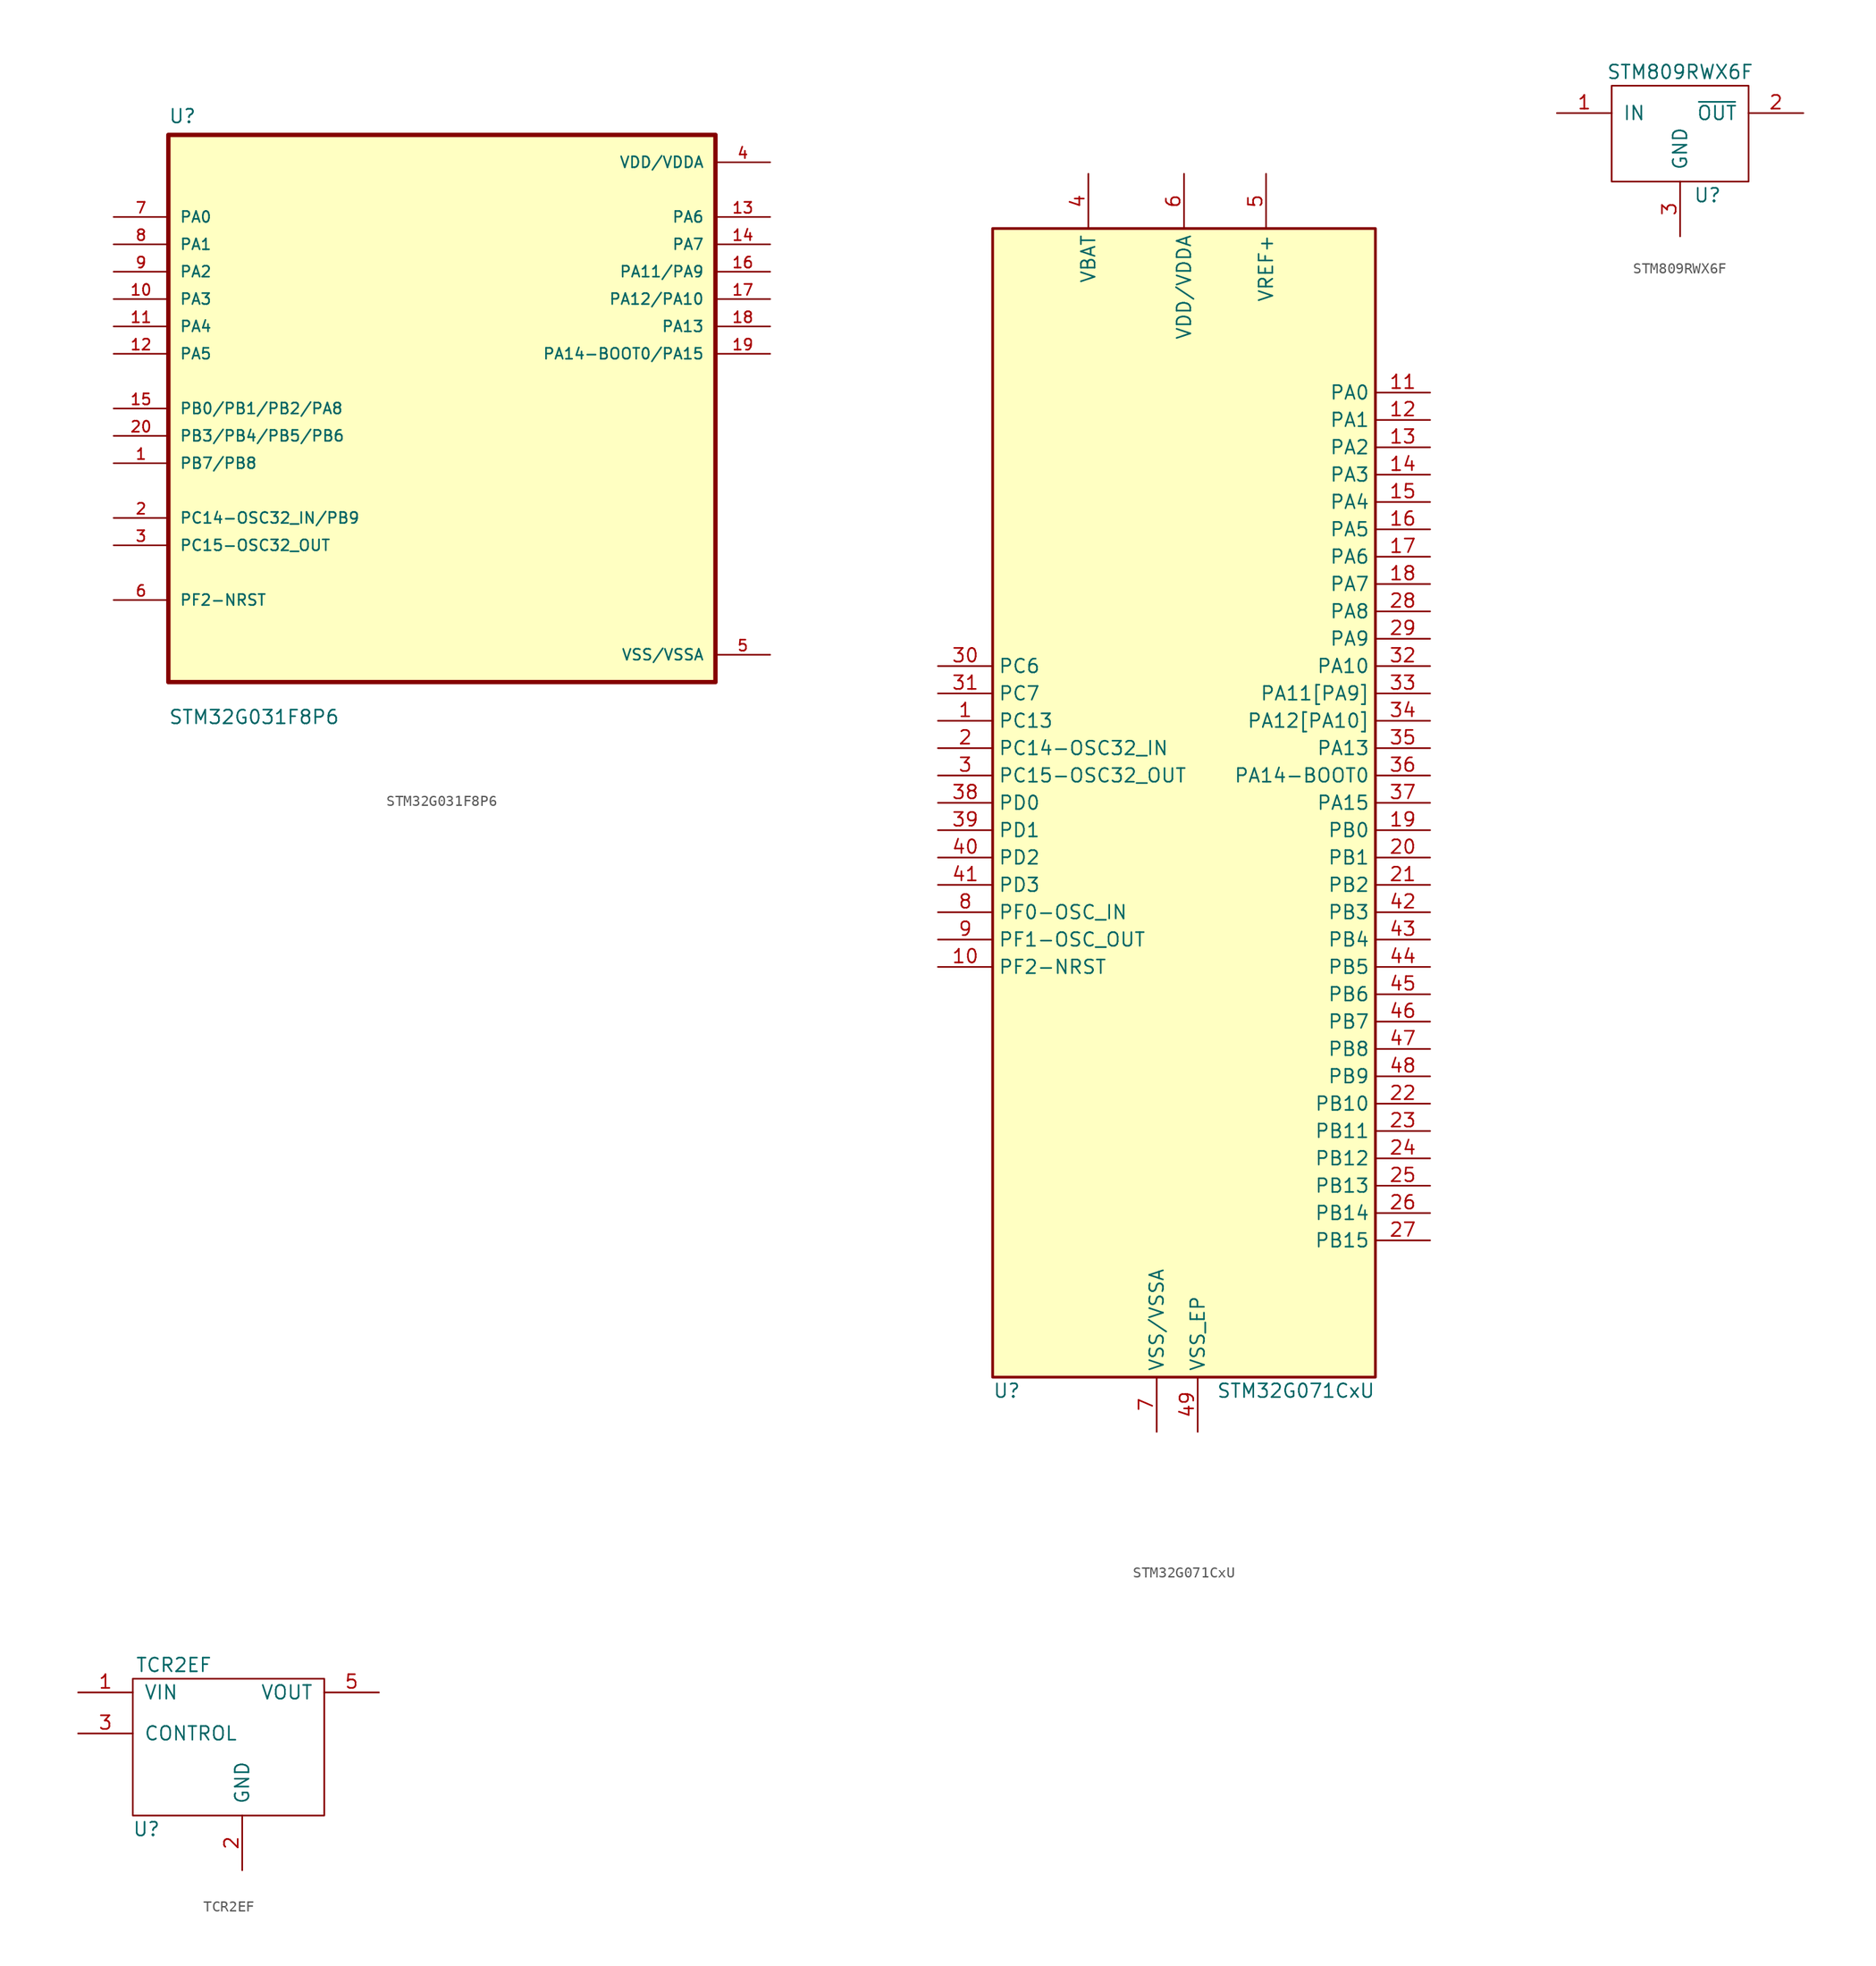
<source format=kicad_sym>
(kicad_symbol_lib
  (version 20231120)
  (generator "kicad_symbol_editor")
  (generator_version "8.0")
  (symbol "STM32G031F8P6"
    (pin_names
      (offset 1.016))
    (property "Reference" "U"
      (at -25.4 26.391 0)
      (effects (font (size 1.27 1.27)) (justify left bottom)))
    (property "Value" "STM32G031F8P6"
      (at -25.4 -29.388 0)
      (effects (font (size 1.27 1.27)) (justify left bottom)))
    (symbol "STM32G031F8P6_0_0"
      (rectangle (start -25.4 -25.4) (end 25.4 25.4) (stroke (width 0.406) (type default)) (fill (type background)))
      (pin bidirectional line (at -30.48 -5.08 0) (length 5.08) (name "PB7/PB8" (effects (font (size 1.016 1.016)))) (number "1" (effects (font (size 1.016 1.016)))))
      (pin bidirectional line (at -30.48 10.16 0) (length 5.08) (name "PA3" (effects (font (size 1.016 1.016)))) (number "10" (effects (font (size 1.016 1.016)))))
      (pin bidirectional line (at -30.48 7.62 0) (length 5.08) (name "PA4" (effects (font (size 1.016 1.016)))) (number "11" (effects (font (size 1.016 1.016)))))
      (pin bidirectional line (at -30.48 5.08 0) (length 5.08) (name "PA5" (effects (font (size 1.016 1.016)))) (number "12" (effects (font (size 1.016 1.016)))))
      (pin bidirectional line (at 30.48 17.78 180) (length 5.08) (name "PA6" (effects (font (size 1.016 1.016)))) (number "13" (effects (font (size 1.016 1.016)))))
      (pin bidirectional line (at 30.48 15.24 180) (length 5.08) (name "PA7" (effects (font (size 1.016 1.016)))) (number "14" (effects (font (size 1.016 1.016)))))
      (pin bidirectional line (at -30.48 0 0) (length 5.08) (name "PB0/PB1/PB2/PA8" (effects (font (size 1.016 1.016)))) (number "15" (effects (font (size 1.016 1.016)))))
      (pin bidirectional line (at 30.48 12.7 180) (length 5.08) (name "PA11/PA9" (effects (font (size 1.016 1.016)))) (number "16" (effects (font (size 1.016 1.016)))))
      (pin bidirectional line (at 30.48 10.16 180) (length 5.08) (name "PA12/PA10" (effects (font (size 1.016 1.016)))) (number "17" (effects (font (size 1.016 1.016)))))
      (pin bidirectional line (at 30.48 7.62 180) (length 5.08) (name "PA13" (effects (font (size 1.016 1.016)))) (number "18" (effects (font (size 1.016 1.016)))))
      (pin bidirectional line (at 30.48 5.08 180) (length 5.08) (name "PA14-BOOT0/PA15" (effects (font (size 1.016 1.016)))) (number "19" (effects (font (size 1.016 1.016)))))
      (pin bidirectional line (at -30.48 -10.16 0) (length 5.08) (name "PC14-OSC32_IN/PB9" (effects (font (size 1.016 1.016)))) (number "2" (effects (font (size 1.016 1.016)))))
      (pin bidirectional line (at -30.48 -2.54 0) (length 5.08) (name "PB3/PB4/PB5/PB6" (effects (font (size 1.016 1.016)))) (number "20" (effects (font (size 1.016 1.016)))))
      (pin bidirectional line (at -30.48 -12.7 0) (length 5.08) (name "PC15-OSC32_OUT" (effects (font (size 1.016 1.016)))) (number "3" (effects (font (size 1.016 1.016)))))
      (pin power_in line (at 30.48 22.86 180) (length 5.08) (name "VDD/VDDA" (effects (font (size 1.016 1.016)))) (number "4" (effects (font (size 1.016 1.016)))))
      (pin power_in line (at 30.48 -22.86 180) (length 5.08) (name "VSS/VSSA" (effects (font (size 1.016 1.016)))) (number "5" (effects (font (size 1.016 1.016)))))
      (pin bidirectional line (at -30.48 -17.78 0) (length 5.08) (name "PF2-NRST" (effects (font (size 1.016 1.016)))) (number "6" (effects (font (size 1.016 1.016)))))
      (pin bidirectional line (at -30.48 17.78 0) (length 5.08) (name "PA0" (effects (font (size 1.016 1.016)))) (number "7" (effects (font (size 1.016 1.016)))))
      (pin bidirectional line (at -30.48 15.24 0) (length 5.08) (name "PA1" (effects (font (size 1.016 1.016)))) (number "8" (effects (font (size 1.016 1.016)))))
      (pin bidirectional line (at -30.48 12.7 0) (length 5.08) (name "PA2" (effects (font (size 1.016 1.016)))) (number "9" (effects (font (size 1.016 1.016)))))))
  (symbol "STM32G071CxU"
    (property "Reference" "U"
      (at -17.78 -54.61 0)
      (effects (font (size 1.27 1.27)) (justify left)))
    (property "Value" "STM32G071CxU"
      (at 17.78 -54.61 0)
      (effects (font (size 1.27 1.27)) (justify right)))
    (symbol "STM32G071CxU_0_0"
      (rectangle (start -17.78 53.34) (end 17.78 -53.34) (stroke (width 0.254) (type default)) (fill (type background))))
    (symbol "STM32G071CxU_1_1"
      (pin bidirectional line (at -22.86 7.62 0) (length 5.08) (name "PC13" (effects (font (size 1.27 1.27)))) (number "1" (effects (font (size 1.27 1.27)))))
      (pin bidirectional line (at -22.86 -15.24 0) (length 5.08) (name "PF2-NRST" (effects (font (size 1.27 1.27)))) (number "10" (effects (font (size 1.27 1.27)))))
      (pin bidirectional line (at 22.86 38.1 180) (length 5.08) (name "PA0" (effects (font (size 1.27 1.27)))) (number "11" (effects (font (size 1.27 1.27)))))
      (pin bidirectional line (at 22.86 35.56 180) (length 5.08) (name "PA1" (effects (font (size 1.27 1.27)))) (number "12" (effects (font (size 1.27 1.27)))))
      (pin bidirectional line (at 22.86 33.02 180) (length 5.08) (name "PA2" (effects (font (size 1.27 1.27)))) (number "13" (effects (font (size 1.27 1.27)))))
      (pin bidirectional line (at 22.86 30.48 180) (length 5.08) (name "PA3" (effects (font (size 1.27 1.27)))) (number "14" (effects (font (size 1.27 1.27)))))
      (pin bidirectional line (at 22.86 27.94 180) (length 5.08) (name "PA4" (effects (font (size 1.27 1.27)))) (number "15" (effects (font (size 1.27 1.27)))))
      (pin bidirectional line (at 22.86 25.4 180) (length 5.08) (name "PA5" (effects (font (size 1.27 1.27)))) (number "16" (effects (font (size 1.27 1.27)))))
      (pin bidirectional line (at 22.86 22.86 180) (length 5.08) (name "PA6" (effects (font (size 1.27 1.27)))) (number "17" (effects (font (size 1.27 1.27)))))
      (pin bidirectional line (at 22.86 20.32 180) (length 5.08) (name "PA7" (effects (font (size 1.27 1.27)))) (number "18" (effects (font (size 1.27 1.27)))))
      (pin bidirectional line (at 22.86 -2.54 180) (length 5.08) (name "PB0" (effects (font (size 1.27 1.27)))) (number "19" (effects (font (size 1.27 1.27)))))
      (pin bidirectional line (at -22.86 5.08 0) (length 5.08) (name "PC14-OSC32_IN" (effects (font (size 1.27 1.27)))) (number "2" (effects (font (size 1.27 1.27)))))
      (pin bidirectional line (at 22.86 -5.08 180) (length 5.08) (name "PB1" (effects (font (size 1.27 1.27)))) (number "20" (effects (font (size 1.27 1.27)))))
      (pin bidirectional line (at 22.86 -7.62 180) (length 5.08) (name "PB2" (effects (font (size 1.27 1.27)))) (number "21" (effects (font (size 1.27 1.27)))))
      (pin bidirectional line (at 22.86 -27.94 180) (length 5.08) (name "PB10" (effects (font (size 1.27 1.27)))) (number "22" (effects (font (size 1.27 1.27)))))
      (pin bidirectional line (at 22.86 -30.48 180) (length 5.08) (name "PB11" (effects (font (size 1.27 1.27)))) (number "23" (effects (font (size 1.27 1.27)))))
      (pin bidirectional line (at 22.86 -33.02 180) (length 5.08) (name "PB12" (effects (font (size 1.27 1.27)))) (number "24" (effects (font (size 1.27 1.27)))))
      (pin bidirectional line (at 22.86 -35.56 180) (length 5.08) (name "PB13" (effects (font (size 1.27 1.27)))) (number "25" (effects (font (size 1.27 1.27)))))
      (pin bidirectional line (at 22.86 -38.1 180) (length 5.08) (name "PB14" (effects (font (size 1.27 1.27)))) (number "26" (effects (font (size 1.27 1.27)))))
      (pin bidirectional line (at 22.86 -40.64 180) (length 5.08) (name "PB15" (effects (font (size 1.27 1.27)))) (number "27" (effects (font (size 1.27 1.27)))))
      (pin bidirectional line (at 22.86 17.78 180) (length 5.08) (name "PA8" (effects (font (size 1.27 1.27)))) (number "28" (effects (font (size 1.27 1.27)))))
      (pin bidirectional line (at 22.86 15.24 180) (length 5.08) (name "PA9" (effects (font (size 1.27 1.27)))) (number "29" (effects (font (size 1.27 1.27)))))
      (pin bidirectional line (at -22.86 2.54 0) (length 5.08) (name "PC15-OSC32_OUT" (effects (font (size 1.27 1.27)))) (number "3" (effects (font (size 1.27 1.27)))))
      (pin bidirectional line (at -22.86 12.7 0) (length 5.08) (name "PC6" (effects (font (size 1.27 1.27)))) (number "30" (effects (font (size 1.27 1.27)))))
      (pin bidirectional line (at -22.86 10.16 0) (length 5.08) (name "PC7" (effects (font (size 1.27 1.27)))) (number "31" (effects (font (size 1.27 1.27)))))
      (pin bidirectional line (at 22.86 12.7 180) (length 5.08) (name "PA10" (effects (font (size 1.27 1.27)))) (number "32" (effects (font (size 1.27 1.27)))))
      (pin bidirectional line (at 22.86 10.16 180) (length 5.08) (name "PA11[PA9]" (effects (font (size 1.27 1.27)))) (number "33" (effects (font (size 1.27 1.27)))))
      (pin bidirectional line (at 22.86 7.62 180) (length 5.08) (name "PA12[PA10]" (effects (font (size 1.27 1.27)))) (number "34" (effects (font (size 1.27 1.27)))))
      (pin bidirectional line (at 22.86 5.08 180) (length 5.08) (name "PA13" (effects (font (size 1.27 1.27)))) (number "35" (effects (font (size 1.27 1.27)))))
      (pin bidirectional line (at 22.86 2.54 180) (length 5.08) (name "PA14-BOOT0" (effects (font (size 1.27 1.27)))) (number "36" (effects (font (size 1.27 1.27)))))
      (pin bidirectional line (at 22.86 0 180) (length 5.08) (name "PA15" (effects (font (size 1.27 1.27)))) (number "37" (effects (font (size 1.27 1.27)))))
      (pin bidirectional line (at -22.86 0 0) (length 5.08) (name "PD0" (effects (font (size 1.27 1.27)))) (number "38" (effects (font (size 1.27 1.27)))))
      (pin bidirectional line (at -22.86 -2.54 0) (length 5.08) (name "PD1" (effects (font (size 1.27 1.27)))) (number "39" (effects (font (size 1.27 1.27)))))
      (pin power_in line (at -8.89 58.42 270) (length 5.08) (name "VBAT" (effects (font (size 1.27 1.27)))) (number "4" (effects (font (size 1.27 1.27)))))
      (pin bidirectional line (at -22.86 -5.08 0) (length 5.08) (name "PD2" (effects (font (size 1.27 1.27)))) (number "40" (effects (font (size 1.27 1.27)))))
      (pin bidirectional line (at -22.86 -7.62 0) (length 5.08) (name "PD3" (effects (font (size 1.27 1.27)))) (number "41" (effects (font (size 1.27 1.27)))))
      (pin bidirectional line (at 22.86 -10.16 180) (length 5.08) (name "PB3" (effects (font (size 1.27 1.27)))) (number "42" (effects (font (size 1.27 1.27)))))
      (pin bidirectional line (at 22.86 -12.7 180) (length 5.08) (name "PB4" (effects (font (size 1.27 1.27)))) (number "43" (effects (font (size 1.27 1.27)))))
      (pin bidirectional line (at 22.86 -15.24 180) (length 5.08) (name "PB5" (effects (font (size 1.27 1.27)))) (number "44" (effects (font (size 1.27 1.27)))))
      (pin bidirectional line (at 22.86 -17.78 180) (length 5.08) (name "PB6" (effects (font (size 1.27 1.27)))) (number "45" (effects (font (size 1.27 1.27)))))
      (pin bidirectional line (at 22.86 -20.32 180) (length 5.08) (name "PB7" (effects (font (size 1.27 1.27)))) (number "46" (effects (font (size 1.27 1.27)))))
      (pin bidirectional line (at 22.86 -22.86 180) (length 5.08) (name "PB8" (effects (font (size 1.27 1.27)))) (number "47" (effects (font (size 1.27 1.27)))))
      (pin bidirectional line (at 22.86 -25.4 180) (length 5.08) (name "PB9" (effects (font (size 1.27 1.27)))) (number "48" (effects (font (size 1.27 1.27)))))
      (pin power_in line (at 1.27 -58.42 90) (length 5.08) (name "VSS_EP" (effects (font (size 1.27 1.27)))) (number "49" (effects (font (size 1.27 1.27)))))
      (pin power_in line (at 7.62 58.42 270) (length 5.08) (name "VREF+" (effects (font (size 1.27 1.27)))) (number "5" (effects (font (size 1.27 1.27)))))
      (pin power_in line (at 0 58.42 270) (length 5.08) (name "VDD/VDDA" (effects (font (size 1.27 1.27)))) (number "6" (effects (font (size 1.27 1.27)))))
      (pin power_in line (at -2.54 -58.42 90) (length 5.08) (name "VSS/VSSA" (effects (font (size 1.27 1.27)))) (number "7" (effects (font (size 1.27 1.27)))))
      (pin bidirectional line (at -22.86 -10.16 0) (length 5.08) (name "PF0-OSC_IN" (effects (font (size 1.27 1.27)))) (number "8" (effects (font (size 1.27 1.27)))))
      (pin bidirectional line (at -22.86 -12.7 0) (length 5.08) (name "PF1-OSC_OUT" (effects (font (size 1.27 1.27)))) (number "9" (effects (font (size 1.27 1.27)))))))
  (symbol "STM809RWX6F"
    (pin_names
      (offset 1.016))
    (property "Reference" "U"
      (at 2.54 -7.62 0)
      (effects (font (size 1.27 1.27))))
    (property "Value" "STM809RWX6F"
      (at 0 3.81 0)
      (effects (font (size 1.27 1.27))))
    (symbol "STM809RWX6F_0_1"
      (rectangle (start -6.35 2.54) (end 6.35 -6.35) (stroke (width 0) (type default)) (fill (type none))))
    (symbol "STM809RWX6F_1_1"
      (pin bidirectional line (at -11.43 0 0) (length 5.08) (name "IN" (effects (font (size 1.27 1.27)))) (number "1" (effects (font (size 1.27 1.27)))))
      (pin output line (at 11.43 0 180) (length 5.08) (name "~{OUT}" (effects (font (size 1.27 1.27)))) (number "2" (effects (font (size 1.27 1.27)))))
      (pin bidirectional line (at 0 -11.43 90) (length 5.08) (name "GND" (effects (font (size 1.27 1.27)))) (number "3" (effects (font (size 1.27 1.27)))))))
  (symbol "TCR2EF"
    (pin_names
      (offset 1.016))
    (property "Reference" "U"
      (at -8.89 -8.89 0)
      (effects (font (size 1.27 1.27))))
    (property "Value" "TCR2EF"
      (at -6.35 6.35 0)
      (effects (font (size 1.27 1.27))))
    (symbol "TCR2EF_0_1"
      (rectangle (start -10.16 5.08) (end 7.62 -7.62) (stroke (width 0) (type default)) (fill (type none))))
    (symbol "TCR2EF_1_1"
      (pin power_in line (at -15.24 3.81 0) (length 5.08) (name "VIN" (effects (font (size 1.27 1.27)))) (number "1" (effects (font (size 1.27 1.27)))))
      (pin bidirectional line (at 0 -12.7 90) (length 5.08) (name "GND" (effects (font (size 1.27 1.27)))) (number "2" (effects (font (size 1.27 1.27)))))
      (pin bidirectional line (at -15.24 0 0) (length 5.08) (name "CONTROL" (effects (font (size 1.27 1.27)))) (number "3" (effects (font (size 1.27 1.27)))))
      (pin no_connect line (at 12.7 0 180) (length 5.08) hide (name "NC" (effects (font (size 1.27 1.27)))) (number "4" (effects (font (size 1.27 1.27)))))
      (pin power_out line (at 12.7 3.81 180) (length 5.08) (name "VOUT" (effects (font (size 1.27 1.27)))) (number "5" (effects (font (size 1.27 1.27))))))))
</source>
